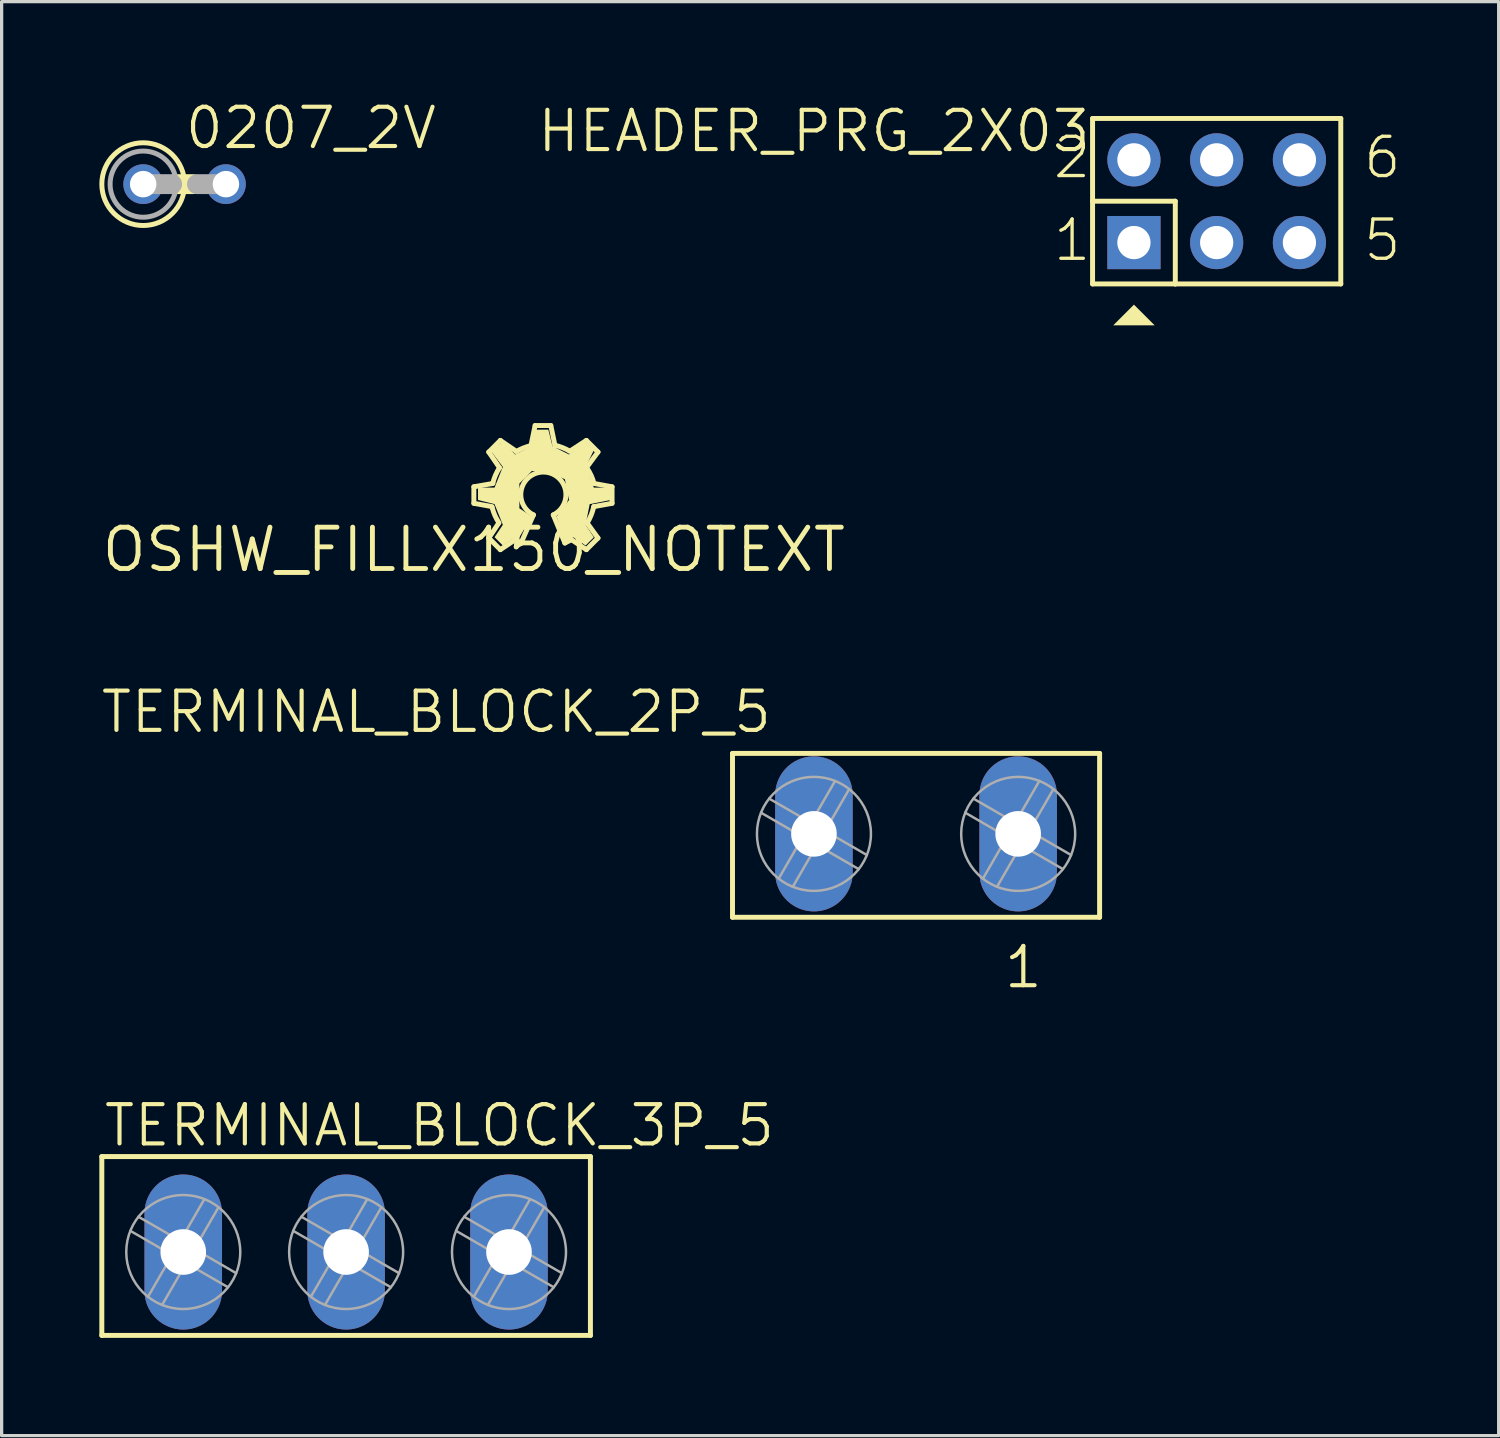
<source format=kicad_pcb>
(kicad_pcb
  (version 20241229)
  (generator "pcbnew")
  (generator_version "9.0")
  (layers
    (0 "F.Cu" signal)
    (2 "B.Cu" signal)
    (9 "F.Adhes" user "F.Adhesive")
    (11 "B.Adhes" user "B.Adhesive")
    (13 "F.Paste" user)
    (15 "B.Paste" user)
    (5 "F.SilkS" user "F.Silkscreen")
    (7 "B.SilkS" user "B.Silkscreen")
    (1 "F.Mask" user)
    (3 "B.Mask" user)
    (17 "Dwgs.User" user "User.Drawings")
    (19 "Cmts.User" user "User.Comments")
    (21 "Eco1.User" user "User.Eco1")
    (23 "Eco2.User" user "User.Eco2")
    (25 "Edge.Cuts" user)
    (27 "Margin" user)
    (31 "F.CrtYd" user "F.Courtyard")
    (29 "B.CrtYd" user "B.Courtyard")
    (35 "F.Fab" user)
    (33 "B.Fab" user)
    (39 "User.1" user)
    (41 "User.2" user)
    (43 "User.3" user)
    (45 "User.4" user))
  (footprint "TERMINAL_BLOCK_3P_5"
    (layer "F.Cu")
    (at 7.576 34.937)
    (property "Reference" "TERMINAL_BLOCK_3P_5" (at -7.5 -2.73 0) (layer "F.SilkS") (effects (font (size 1.206 1.206) (thickness 0.127)) (justify left bottom)))
    (attr through_hole)
    (fp_line (start -7.5 -2.48) (end 7.5 -2.48) (stroke (width 0.152) (type solid)) (layer "F.SilkS"))
    (fp_line (start -7.5 3.01) (end -7.5 -2.48) (stroke (width 0.152) (type solid)) (layer "F.SilkS"))
    (fp_line (start -7.5 3.01) (end 7.5 3.01) (stroke (width 0.152) (type solid)) (layer "F.SilkS"))
    (fp_line (start 7.5 -2.48) (end 7.5 3.01) (stroke (width 0.152) (type solid)) (layer "F.SilkS"))
    (fp_line (start -6.375 -0.633) (end -5.092 0.108) (stroke (width 0.076) (type solid)) (layer "F.Fab"))
    (fp_line (start -6.083 1.825) (end -5.342 0.542) (stroke (width 0.076) (type solid)) (layer "F.Fab"))
    (fp_line (start -5.342 0.542) (end -6.625 -0.2) (stroke (width 0.076) (type solid)) (layer "F.Fab"))
    (fp_line (start -5.092 0.108) (end -4.35 -1.175) (stroke (width 0.076) (type solid)) (layer "F.Fab"))
    (fp_line (start -4.908 0.792) (end -5.65 2.075) (stroke (width 0.076) (type solid)) (layer "F.Fab"))
    (fp_line (start -4.658 0.358) (end -3.375 1.1) (stroke (width 0.076) (type solid)) (layer "F.Fab"))
    (fp_line (start -3.917 -0.925) (end -4.658 0.358) (stroke (width 0.076) (type solid)) (layer "F.Fab"))
    (fp_line (start -3.625 1.533) (end -4.908 0.792) (stroke (width 0.076) (type solid)) (layer "F.Fab"))
    (fp_line (start -1.375 -0.633) (end -0.092 0.108) (stroke (width 0.076) (type solid)) (layer "F.Fab"))
    (fp_line (start -1.083 1.825) (end -0.342 0.542) (stroke (width 0.076) (type solid)) (layer "F.Fab"))
    (fp_line (start -0.342 0.542) (end -1.625 -0.2) (stroke (width 0.076) (type solid)) (layer "F.Fab"))
    (fp_line (start -0.092 0.108) (end 0.65 -1.175) (stroke (width 0.076) (type solid)) (layer "F.Fab"))
    (fp_line (start 0.092 0.792) (end -0.65 2.075) (stroke (width 0.076) (type solid)) (layer "F.Fab"))
    (fp_line (start 0.342 0.358) (end 1.625 1.1) (stroke (width 0.076) (type solid)) (layer "F.Fab"))
    (fp_line (start 1.083 -0.925) (end 0.342 0.358) (stroke (width 0.076) (type solid)) (layer "F.Fab"))
    (fp_line (start 1.375 1.533) (end 0.092 0.792) (stroke (width 0.076) (type solid)) (layer "F.Fab"))
    (fp_line (start 3.625 -0.633) (end 4.908 0.108) (stroke (width 0.076) (type solid)) (layer "F.Fab"))
    (fp_line (start 3.917 1.825) (end 4.658 0.542) (stroke (width 0.076) (type solid)) (layer "F.Fab"))
    (fp_line (start 4.658 0.542) (end 3.375 -0.2) (stroke (width 0.076) (type solid)) (layer "F.Fab"))
    (fp_line (start 4.908 0.108) (end 5.65 -1.175) (stroke (width 0.076) (type solid)) (layer "F.Fab"))
    (fp_line (start 5.092 0.792) (end 4.35 2.075) (stroke (width 0.076) (type solid)) (layer "F.Fab"))
    (fp_line (start 5.342 0.358) (end 6.625 1.1) (stroke (width 0.076) (type solid)) (layer "F.Fab"))
    (fp_line (start 6.083 -0.925) (end 5.342 0.358) (stroke (width 0.076) (type solid)) (layer "F.Fab"))
    (fp_line (start 6.375 1.533) (end 5.092 0.792) (stroke (width 0.076) (type solid)) (layer "F.Fab"))
    (fp_circle (center -5 0.45) (end -3.25 0.45) (stroke (width 0.076) (type solid)) (fill no) (layer "F.Fab"))
    (fp_circle (center 0 0.45) (end 1.75 0.45) (stroke (width 0.076) (type solid)) (fill no) (layer "F.Fab"))
    (fp_circle (center 5 0.45) (end 6.75 0.45) (stroke (width 0.076) (type solid)) (fill no) (layer "F.Fab"))
    (pad "1" thru_hole oval (at 5 0.45 90) (size 4.76 2.38) (drill 1.4) (layers "*.Cu" "*.Mask"))
    (pad "2" thru_hole oval (at 0 0.45 90) (size 4.76 2.38) (drill 1.4) (layers "*.Cu" "*.Mask"))
    (pad "3" thru_hole oval (at -5 0.45 90) (size 4.76 2.38) (drill 1.4) (layers "*.Cu" "*.Mask")))
  (footprint "HEADER_PRG_2X03"
    (layer "F.Cu")
    (at 34.302 3.127)
    (property "Reference" "HEADER_PRG_2X03" (at -3.81 -2.857 0) (layer "F.SilkS") (effects (font (size 1.206 1.206) (thickness 0.127)) (justify right top)))
    (attr through_hole)
    (fp_line (start -3.81 -2.54) (end 3.81 -2.54) (stroke (width 0.152) (type solid)) (layer "F.SilkS"))
    (fp_line (start -3.81 0) (end -3.81 -2.54) (stroke (width 0.152) (type solid)) (layer "F.SilkS"))
    (fp_line (start -3.81 0) (end -1.27 0) (stroke (width 0.152) (type solid)) (layer "F.SilkS"))
    (fp_line (start -3.81 2.54) (end -3.81 0) (stroke (width 0.152) (type solid)) (layer "F.SilkS"))
    (fp_line (start -1.27 2.54) (end -3.81 2.54) (stroke (width 0.152) (type solid)) (layer "F.SilkS"))
    (fp_line (start -1.27 2.54) (end -1.27 0) (stroke (width 0.152) (type solid)) (layer "F.SilkS"))
    (fp_line (start 3.81 -2.54) (end 3.81 2.54) (stroke (width 0.152) (type solid)) (layer "F.SilkS"))
    (fp_line (start 3.81 2.54) (end -1.27 2.54) (stroke (width 0.152) (type solid)) (layer "F.SilkS"))
    (fp_poly (pts (xy -2.54 3.175) (xy -3.175 3.81) (xy -1.905 3.81)) (stroke (width 0) (type solid)) (fill yes) (layer "F.SilkS"))
    (fp_poly (pts (xy -2.794 -1.016) (xy -2.286 -1.016) (xy -2.286 -1.524) (xy -2.794 -1.524)) (stroke (width 0.1) (type solid)) (fill no) (layer "Cmts.User"))
    (fp_poly (pts (xy -2.794 1.524) (xy -2.286 1.524) (xy -2.286 1.016) (xy -2.794 1.016)) (stroke (width 0.1) (type solid)) (fill no) (layer "Cmts.User"))
    (fp_poly (pts (xy -0.254 -1.016) (xy 0.254 -1.016) (xy 0.254 -1.524) (xy -0.254 -1.524)) (stroke (width 0.1) (type solid)) (fill no) (layer "Cmts.User"))
    (fp_poly (pts (xy -0.254 1.524) (xy 0.254 1.524) (xy 0.254 1.016) (xy -0.254 1.016)) (stroke (width 0.1) (type solid)) (fill no) (layer "Cmts.User"))
    (fp_poly (pts (xy 2.286 -1.016) (xy 2.794 -1.016) (xy 2.794 -1.524) (xy 2.286 -1.524)) (stroke (width 0.1) (type solid)) (fill no) (layer "Cmts.User"))
    (fp_poly (pts (xy 2.286 1.524) (xy 2.794 1.524) (xy 2.794 1.016) (xy 2.286 1.016)) (stroke (width 0.1) (type solid)) (fill no) (layer "Cmts.User"))
    (fp_text user "2" (at -5.08 -0.635 0) (layer "F.SilkS") (effects (font (size 1.206 1.206) (thickness 0.102)) (justify left bottom)))
    (fp_text user "1" (at -5.08 1.905 0) (layer "F.SilkS") (effects (font (size 1.206 1.206) (thickness 0.102)) (justify left bottom)))
    (fp_text user "6" (at 4.445 -0.635 0) (layer "F.SilkS") (effects (font (size 1.206 1.206) (thickness 0.102)) (justify left bottom)))
    (fp_text user "5" (at 4.445 1.905 0) (layer "F.SilkS") (effects (font (size 1.206 1.206) (thickness 0.102)) (justify left bottom)))
    (pad "1" thru_hole rect (at -2.54 1.27) (size 1.632 1.632) (drill 1.02) (layers "*.Cu" "*.Mask"))
    (pad "2" thru_hole circle (at -2.54 -1.27) (size 1.632 1.632) (drill 1.02) (layers "*.Cu" "*.Mask"))
    (pad "3" thru_hole circle (at 0 1.27) (size 1.632 1.632) (drill 1.02) (layers "*.Cu" "*.Mask"))
    (pad "4" thru_hole circle (at 0 -1.27) (size 1.632 1.632) (drill 1.02) (layers "*.Cu" "*.Mask"))
    (pad "5" thru_hole circle (at 2.54 1.27) (size 1.632 1.632) (drill 1.02) (layers "*.Cu" "*.Mask"))
    (pad "6" thru_hole circle (at 2.54 -1.27) (size 1.632 1.632) (drill 1.02) (layers "*.Cu" "*.Mask")))
  (footprint "0207_2V"
    (layer "F.Cu")
    (at 2.616 2.603)
    (property "Reference" "0207_2V" (at -0.051 -1.016 0) (layer "F.SilkS") (effects (font (size 1.206 1.206) (thickness 0.127)) (justify left bottom)))
    (attr through_hole)
    (fp_line (start -0.254 0) (end 0.254 0) (stroke (width 0.61) (type solid)) (layer "F.SilkS"))
    (fp_circle (center -1.27 0) (end 0 0) (stroke (width 0.152) (type solid)) (fill no) (layer "F.SilkS"))
    (fp_line (start -1.27 0) (end -0.381 0) (stroke (width 0.61) (type solid)) (layer "F.Fab"))
    (fp_line (start 0.381 0) (end 1.27 0) (stroke (width 0.61) (type solid)) (layer "F.Fab"))
    (fp_circle (center -1.27 0) (end -0.254 0) (stroke (width 0.152) (type solid)) (fill no) (layer "F.Fab"))
    (pad "1" thru_hole circle (at -1.27 0) (size 1.219 1.219) (drill 0.813) (layers "*.Cu" "*.Mask"))
    (pad "2" thru_hole circle (at 1.27 0) (size 1.219 1.219) (drill 0.813) (layers "*.Cu" "*.Mask")))
  (footprint "OSHW_FILLX150_NOTEXT"
    (layer "F.Cu")
    (at 11.498 13.824)
    (property "Reference" "OSHW_FILLX150_NOTEXT" (at 0 0 0) (layer "F.SilkS") (effects (font (size 1.27 1.27) (thickness 0.15))))
    (attr through_hole)
    (fp_line (start 0 -1.93) (end 0.584 -2.032) (stroke (width 0.152) (type solid)) (layer "F.SilkS"))
    (fp_line (start 0 -1.422) (end 0 -1.93) (stroke (width 0.152) (type solid)) (layer "F.SilkS"))
    (fp_line (start 0.457 -2.997) (end 0.813 -3.353) (stroke (width 0.152) (type solid)) (layer "F.SilkS"))
    (fp_line (start 0.457 -0.356) (end 0.762 -0.813) (stroke (width 0.152) (type solid)) (layer "F.SilkS"))
    (fp_line (start 0.559 -1.321) (end 0 -1.422) (stroke (width 0.152) (type solid)) (layer "F.SilkS"))
    (fp_line (start 0.787 -2.515) (end 0.457 -2.997) (stroke (width 0.152) (type solid)) (layer "F.SilkS"))
    (fp_line (start 0.813 -3.353) (end 1.295 -3.023) (stroke (width 0.152) (type solid)) (layer "F.SilkS"))
    (fp_line (start 0.813 0) (end 0.457 -0.356) (stroke (width 0.152) (type solid)) (layer "F.SilkS"))
    (fp_line (start 1.27 -0.305) (end 0.813 0) (stroke (width 0.152) (type solid)) (layer "F.SilkS"))
    (fp_line (start 1.448 -0.203) (end 1.27 -0.305) (stroke (width 0.152) (type solid)) (layer "F.SilkS"))
    (fp_line (start 1.753 -3.2) (end 1.88 -3.81) (stroke (width 0.152) (type solid)) (layer "F.SilkS"))
    (fp_line (start 1.829 -1.067) (end 1.448 -0.203) (stroke (width 0.152) (type solid)) (layer "F.SilkS"))
    (fp_line (start 1.88 -3.81) (end 2.362 -3.81) (stroke (width 0.152) (type solid)) (layer "F.SilkS"))
    (fp_line (start 2.362 -3.81) (end 2.489 -3.2) (stroke (width 0.152) (type solid)) (layer "F.SilkS"))
    (fp_line (start 2.794 -0.203) (end 2.438 -1.067) (stroke (width 0.152) (type solid)) (layer "F.SilkS"))
    (fp_line (start 2.946 -3.023) (end 3.454 -3.353) (stroke (width 0.152) (type solid)) (layer "F.SilkS"))
    (fp_line (start 2.997 -0.305) (end 2.794 -0.203) (stroke (width 0.152) (type solid)) (layer "F.SilkS"))
    (fp_line (start 3.454 -3.353) (end 3.81 -2.997) (stroke (width 0.152) (type solid)) (layer "F.SilkS"))
    (fp_line (start 3.454 0) (end 2.997 -0.305) (stroke (width 0.152) (type solid)) (layer "F.SilkS"))
    (fp_line (start 3.48 -0.813) (end 3.81 -0.356) (stroke (width 0.152) (type solid)) (layer "F.SilkS"))
    (fp_line (start 3.683 -2.032) (end 4.242 -1.93) (stroke (width 0.152) (type solid)) (layer "F.SilkS"))
    (fp_line (start 3.81 -2.997) (end 3.454 -2.515) (stroke (width 0.152) (type solid)) (layer "F.SilkS"))
    (fp_line (start 3.81 -0.356) (end 3.454 0) (stroke (width 0.152) (type solid)) (layer "F.SilkS"))
    (fp_line (start 4.242 -1.93) (end 4.242 -1.422) (stroke (width 0.152) (type solid)) (layer "F.SilkS"))
    (fp_line (start 4.242 -1.422) (end 3.683 -1.321) (stroke (width 0.152) (type solid)) (layer "F.SilkS"))
    (fp_arc (start 0.5796 -2.0376) (mid 0.663223 -2.284304) (end 0.7859 -2.5141) (stroke (width 0.1524) (type solid)) (layer "F.SilkS"))
    (fp_arc (start 0.7681 -0.825) (mid 0.648453 -1.044452) (end 0.5654 -1.2802) (stroke (width 0.1524) (type solid)) (layer "F.SilkS"))
    (fp_arc (start 1.3015 -3.0119) (mid 1.518605 -3.119756) (end 1.7496 -3.1933) (stroke (width 0.1524) (type solid)) (layer "F.SilkS"))
    (fp_arc (start 1.8288 -1.0668) (mid 2.1336 -2.382036) (end 2.4384 -1.0668) (stroke (width 0.1524) (type solid)) (layer "F.SilkS"))
    (fp_arc (start 2.4892 -3.204) (mid 2.723854 -3.131001) (end 2.9444 -3.0226) (stroke (width 0.1524) (type solid)) (layer "F.SilkS"))
    (fp_arc (start 3.4671 -2.5105) (mid 3.597953 -2.281784) (end 3.6876 -2.034) (stroke (width 0.1524) (type solid)) (layer "F.SilkS"))
    (fp_arc (start 3.6805 -1.3228) (mid 3.600923 -1.061609) (end 3.4778 -0.8179) (stroke (width 0.1524) (type solid)) (layer "F.SilkS"))
    (fp_poly (pts (xy 1.397 -0.381) (xy 1.27 -0.381) (xy 0.889 -0.127) (xy 0.635 -0.381) (xy 0.889 -0.762) (xy 0.635 -1.397) (xy 0.127 -1.524) (xy 0.127 -1.905) (xy 0.635 -1.905) (xy 0.889 -2.54) (xy 0.508 -3.048) (xy 0.889 -3.302) (xy 1.27 -2.921) (xy 1.778 -3.175) (xy 1.905 -3.683) (xy 2.286 -3.683) (xy 2.413 -3.175) (xy 2.921 -2.921) (xy 3.429 -3.302) (xy 3.683 -3.048) (xy 3.429 -2.54) (xy 3.683 -1.905) (xy 4.191 -1.905) (xy 4.191 -1.524) (xy 3.556 -1.397) (xy 3.429 -0.762) (xy 3.683 -0.381) (xy 3.429 -0.127) (xy 3.048 -0.381) (xy 2.794 -0.254) (xy 2.54 -1.016) (xy 2.921 -1.524) (xy 2.794 -2.159) (xy 2.286 -2.413) (xy 1.778 -2.413) (xy 1.397 -2.032) (xy 1.397 -1.27) (xy 1.778 -1.016)) (stroke (width 0) (type solid)) (fill yes) (layer "F.SilkS")))
  (footprint "TERMINAL_BLOCK_2P_5"
    (layer "F.Cu")
    (at 25.708 22.1)
    (property "Reference" "TERMINAL_BLOCK_2P_5" (at -5 -4 0) (layer "F.SilkS") (effects (font (size 1.206 1.206) (thickness 0.127)) (justify right top)))
    (attr through_hole)
    (fp_line (start -6.27 -2.02) (end 5 -2.02) (stroke (width 0.152) (type solid)) (layer "F.SilkS"))
    (fp_line (start -6.27 3.01) (end -6.27 -2.02) (stroke (width 0.152) (type solid)) (layer "F.SilkS"))
    (fp_line (start -6.27 3.01) (end 5 3.01) (stroke (width 0.152) (type solid)) (layer "F.SilkS"))
    (fp_line (start 5 -2.02) (end 5 3.01) (stroke (width 0.152) (type solid)) (layer "F.SilkS"))
    (fp_line (start -5.145 -0.633) (end -3.862 0.108) (stroke (width 0.076) (type solid)) (layer "F.Fab"))
    (fp_line (start -4.853 1.825) (end -4.112 0.542) (stroke (width 0.076) (type solid)) (layer "F.Fab"))
    (fp_line (start -4.112 0.542) (end -5.395 -0.2) (stroke (width 0.076) (type solid)) (layer "F.Fab"))
    (fp_line (start -3.862 0.108) (end -3.12 -1.175) (stroke (width 0.076) (type solid)) (layer "F.Fab"))
    (fp_line (start -3.678 0.792) (end -4.42 2.075) (stroke (width 0.076) (type solid)) (layer "F.Fab"))
    (fp_line (start -3.428 0.358) (end -2.145 1.1) (stroke (width 0.076) (type solid)) (layer "F.Fab"))
    (fp_line (start -2.687 -0.925) (end -3.428 0.358) (stroke (width 0.076) (type solid)) (layer "F.Fab"))
    (fp_line (start -2.395 1.533) (end -3.678 0.792) (stroke (width 0.076) (type solid)) (layer "F.Fab"))
    (fp_line (start 1.125 -0.633) (end 2.408 0.108) (stroke (width 0.076) (type solid)) (layer "F.Fab"))
    (fp_line (start 1.417 1.825) (end 2.158 0.542) (stroke (width 0.076) (type solid)) (layer "F.Fab"))
    (fp_line (start 2.158 0.542) (end 0.875 -0.2) (stroke (width 0.076) (type solid)) (layer "F.Fab"))
    (fp_line (start 2.408 0.108) (end 3.15 -1.175) (stroke (width 0.076) (type solid)) (layer "F.Fab"))
    (fp_line (start 2.592 0.792) (end 1.85 2.075) (stroke (width 0.076) (type solid)) (layer "F.Fab"))
    (fp_line (start 2.842 0.358) (end 4.125 1.1) (stroke (width 0.076) (type solid)) (layer "F.Fab"))
    (fp_line (start 3.583 -0.925) (end 2.842 0.358) (stroke (width 0.076) (type solid)) (layer "F.Fab"))
    (fp_line (start 3.875 1.533) (end 2.592 0.792) (stroke (width 0.076) (type solid)) (layer "F.Fab"))
    (fp_circle (center -3.77 0.45) (end -2.02 0.45) (stroke (width 0.076) (type solid)) (fill no) (layer "F.Fab"))
    (fp_circle (center 2.5 0.45) (end 4.25 0.45) (stroke (width 0.076) (type solid)) (fill no) (layer "F.Fab"))
    (fp_text user "1" (at 2 5.25 0) (layer "F.SilkS") (effects (font (size 1.206 1.206) (thickness 0.127)) (justify left bottom)))
    (pad "1" thru_hole oval (at 2.5 0.45 90) (size 4.76 2.38) (drill 1.4) (layers "*.Cu" "*.Mask"))
    (pad "2" thru_hole oval (at -3.77 0.45 90) (size 4.76 2.38) (drill 1.4) (layers "*.Cu" "*.Mask")))
  (gr_rect
    (start -3 -3)
    (end 42.959 41.023)
    (stroke (width 0.1) (type default))
    (fill no)
    (layer "Edge.Cuts")))
</source>
